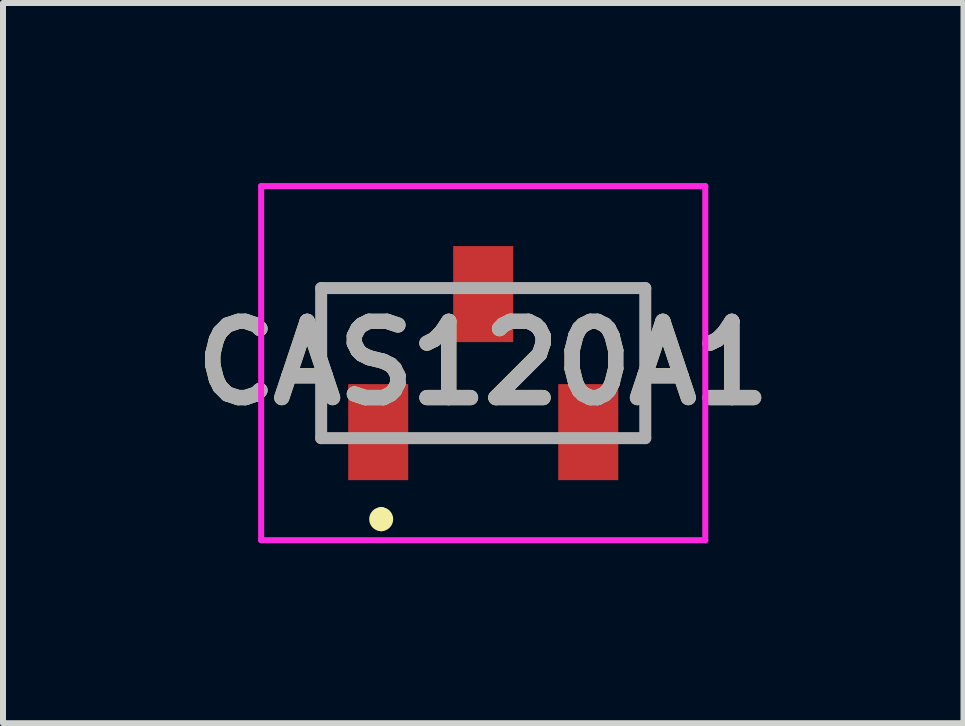
<source format=kicad_pcb>
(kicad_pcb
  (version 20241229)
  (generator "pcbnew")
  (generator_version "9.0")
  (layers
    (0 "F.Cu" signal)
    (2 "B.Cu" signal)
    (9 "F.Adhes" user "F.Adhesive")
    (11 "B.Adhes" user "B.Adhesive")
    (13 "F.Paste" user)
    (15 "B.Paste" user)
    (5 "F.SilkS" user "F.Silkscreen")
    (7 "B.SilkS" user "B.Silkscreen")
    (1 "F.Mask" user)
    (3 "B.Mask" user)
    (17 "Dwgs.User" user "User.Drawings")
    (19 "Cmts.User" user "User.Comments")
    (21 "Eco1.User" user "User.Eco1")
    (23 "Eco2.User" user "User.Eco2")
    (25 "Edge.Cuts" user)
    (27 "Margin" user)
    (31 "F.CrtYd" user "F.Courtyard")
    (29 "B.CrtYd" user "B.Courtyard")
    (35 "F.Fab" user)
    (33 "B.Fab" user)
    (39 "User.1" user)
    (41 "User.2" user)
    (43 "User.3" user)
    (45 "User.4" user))
  (footprint "CAS120A1"
    (layer "F.Cu")
    (at 5.001 3)
    (property "Reference" "CAS120A1" (at 0 0 0) (layer "F.SilkS") (effects (font (size 1.27 1.27) (thickness 0.254))))
    (attr smd)
    (fp_line (start -2.7 -1.25) (end -1 -1.25) (stroke (width 0.1) (type solid)) (layer "F.SilkS"))
    (fp_line (start -2.7 1.15) (end -2.7 -1.25) (stroke (width 0.1) (type solid)) (layer "F.SilkS"))
    (fp_line (start -2.7 1.15) (end -2.7 1.15) (stroke (width 0.1) (type solid)) (layer "F.SilkS"))
    (fp_line (start -1.7 2.5) (end -1.7 2.5) (stroke (width 0.2) (type solid)) (layer "F.SilkS"))
    (fp_line (start -1.7 2.7) (end -1.7 2.7) (stroke (width 0.2) (type solid)) (layer "F.SilkS"))
    (fp_line (start -0.5 1.25) (end 0.5 1.25) (stroke (width 0.1) (type solid)) (layer "F.SilkS"))
    (fp_line (start 1 -1.25) (end 2.7 -1.25) (stroke (width 0.1) (type solid)) (layer "F.SilkS"))
    (fp_line (start 2.7 -1.25) (end 2.7 1) (stroke (width 0.1) (type solid)) (layer "F.SilkS"))
    (fp_arc (start -1.7 2.5) (mid -1.6 2.6) (end -1.7 2.7) (stroke (width 0.2) (type solid)) (layer "F.SilkS"))
    (fp_arc (start -1.7 2.7) (mid -1.8 2.6) (end -1.7 2.5) (stroke (width 0.2) (type solid)) (layer "F.SilkS"))
    (fp_line (start -3.7 -2.95) (end 3.7 -2.95) (stroke (width 0.1) (type solid)) (layer "F.CrtYd"))
    (fp_line (start -3.7 2.95) (end -3.7 -2.95) (stroke (width 0.1) (type solid)) (layer "F.CrtYd"))
    (fp_line (start 3.7 -2.95) (end 3.7 2.95) (stroke (width 0.1) (type solid)) (layer "F.CrtYd"))
    (fp_line (start 3.7 2.95) (end -3.7 2.95) (stroke (width 0.1) (type solid)) (layer "F.CrtYd"))
    (fp_line (start -2.7 -1.25) (end 2.7 -1.25) (stroke (width 0.2) (type solid)) (layer "F.Fab"))
    (fp_line (start -2.7 1.25) (end -2.7 -1.25) (stroke (width 0.2) (type solid)) (layer "F.Fab"))
    (fp_line (start 2.7 -1.25) (end 2.7 1.25) (stroke (width 0.2) (type solid)) (layer "F.Fab"))
    (fp_line (start 2.7 1.25) (end -2.7 1.25) (stroke (width 0.2) (type solid)) (layer "F.Fab"))
    (fp_text user "${REFERENCE}" (at 0 0 0) (layer "F.Fab") (effects (font (size 1.27 1.27) (thickness 0.254))))
    (pad "1" smd rect (at -1.75 1.15) (size 1 1.6) (layers "F.Cu" "F.Mask" "F.Paste"))
    (pad "2" smd rect (at 0 -1.15) (size 1 1.6) (layers "F.Cu" "F.Mask" "F.Paste"))
    (pad "3" smd rect (at 1.75 1.15) (size 1 1.6) (layers "F.Cu" "F.Mask" "F.Paste")))
  (gr_rect
    (start -3 -3)
    (end 13.003 9)
    (stroke (width 0.1) (type default))
    (fill no)
    (layer "Edge.Cuts")))
</source>
